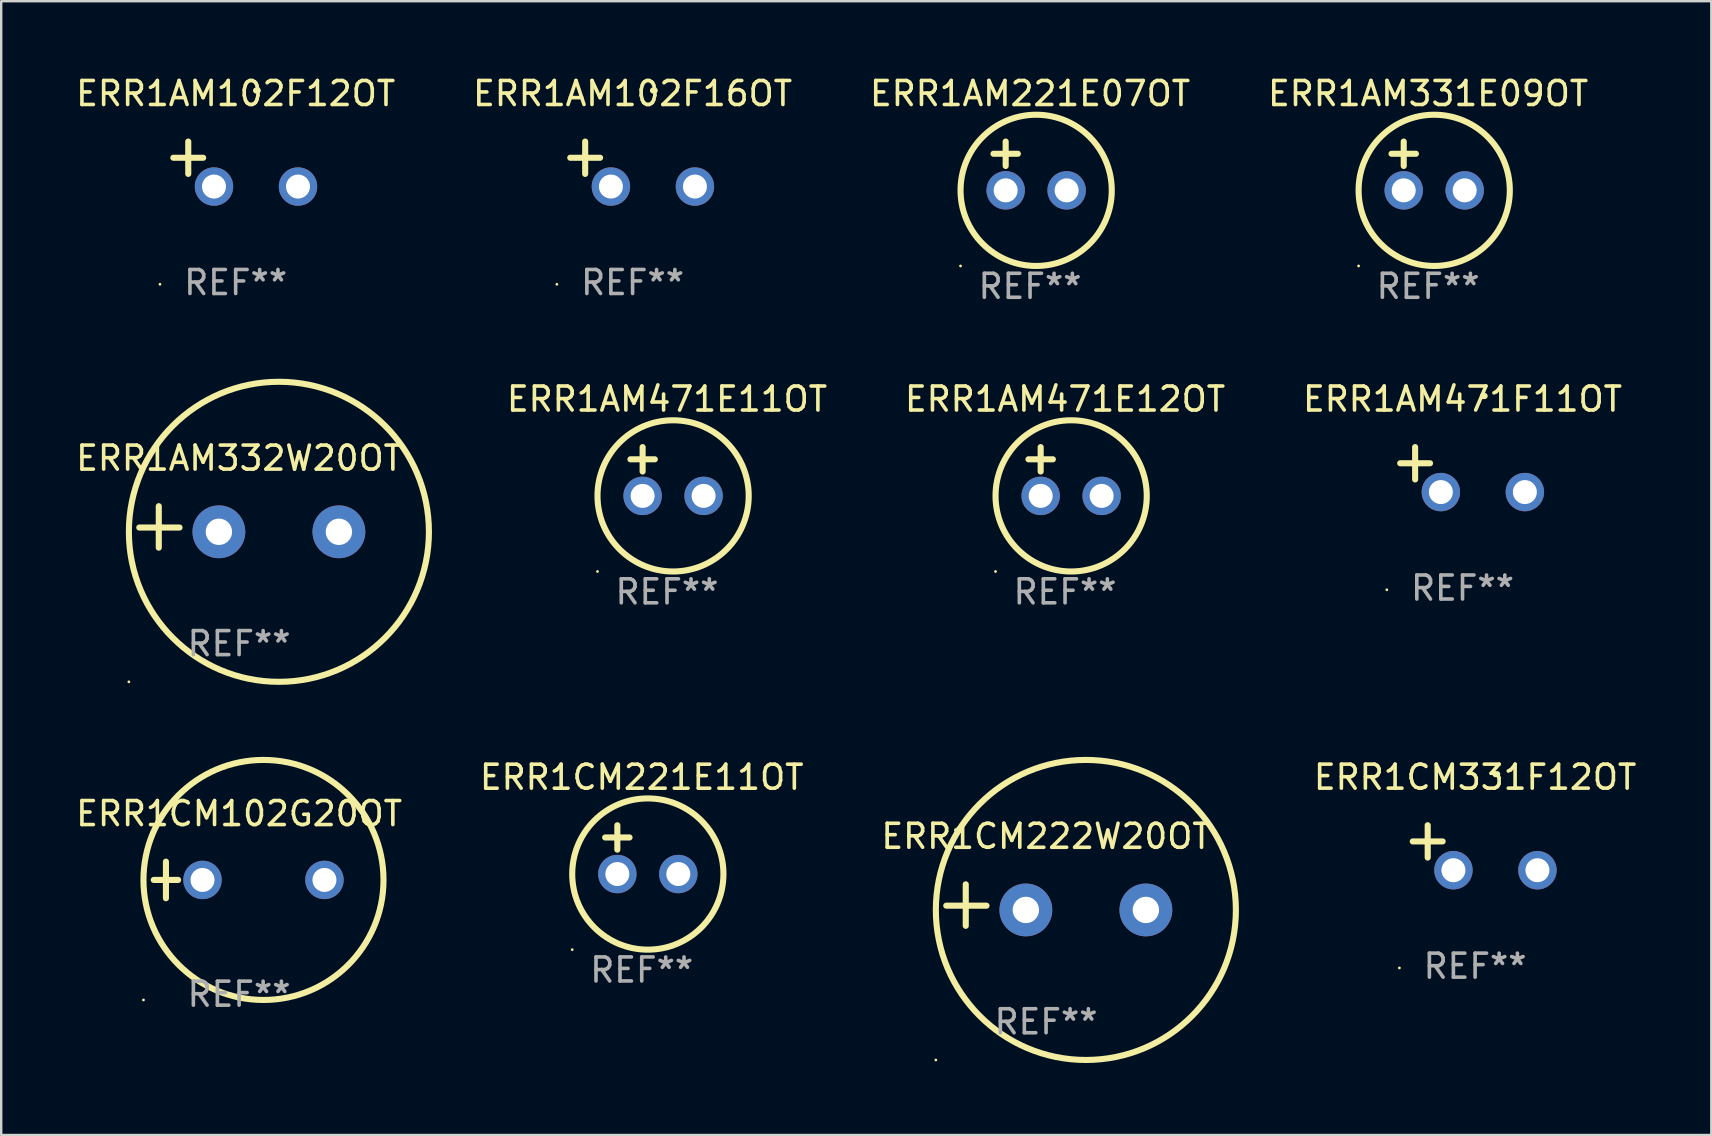
<source format=kicad_pcb>
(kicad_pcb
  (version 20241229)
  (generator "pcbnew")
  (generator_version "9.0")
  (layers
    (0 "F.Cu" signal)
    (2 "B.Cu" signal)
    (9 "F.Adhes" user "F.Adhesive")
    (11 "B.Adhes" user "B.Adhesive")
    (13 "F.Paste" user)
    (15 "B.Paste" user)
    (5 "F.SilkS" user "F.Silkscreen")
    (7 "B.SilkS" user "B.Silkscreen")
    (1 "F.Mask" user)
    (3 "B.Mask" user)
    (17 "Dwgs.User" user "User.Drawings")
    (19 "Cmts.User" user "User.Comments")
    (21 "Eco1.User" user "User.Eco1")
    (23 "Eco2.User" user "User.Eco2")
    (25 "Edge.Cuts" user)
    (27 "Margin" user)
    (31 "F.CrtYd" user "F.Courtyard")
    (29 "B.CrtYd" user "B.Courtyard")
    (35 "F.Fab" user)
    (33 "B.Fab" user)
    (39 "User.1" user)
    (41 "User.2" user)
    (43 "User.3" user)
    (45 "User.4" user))
  (footprint "ERR1CM221E11OT"
    (layer "F.Cu")
    (at 23.685 32.347)
    (property "Reference" "ERR1CM221E11OT" (at 0 -3.016 0) (layer "F.SilkS") (effects (font (size 1 1) (thickness 0.15))))
    (attr through_hole)
    (fp_line (start -1.524 -0.508) (end -0.508 -0.508) (stroke (width 0.254) (type solid)) (layer "F.SilkS"))
    (fp_line (start -1.016 -1.016) (end -1.016 0) (stroke (width 0.254) (type solid)) (layer "F.SilkS"))
    (fp_circle (center -2.896 4.166) (end -2.866 4.166) (stroke (width 0.06) (type solid)) (fill no) (layer "F.SilkS"))
    (fp_circle (center 0.254 1.016) (end 3.404 1.016) (stroke (width 0.254) (type solid)) (fill no) (layer "F.SilkS"))
    (fp_text user "REF**" (at 0 5.016 0) (layer "F.Fab") (effects (font (size 1 1) (thickness 0.15))))
    (pad "1" thru_hole circle (at -1.016 1.016) (size 1.6 1.6) (drill 1) (layers "*.Cu" "*.Mask"))
    (pad "2" thru_hole circle (at 1.524 1.016) (size 1.6 1.6) (drill 1) (layers "*.Cu" "*.Mask")))
  (footprint "ERR1CM102G20OT"
    (layer "F.Cu")
    (at 6.911 33.609)
    (property "Reference" "ERR1CM102G20OT" (at 0 -2.762 0) (layer "F.SilkS") (effects (font (size 1 1) (thickness 0.15))))
    (attr through_hole)
    (fp_line (start -3.556 0) (end -2.54 0) (stroke (width 0.254) (type solid)) (layer "F.SilkS"))
    (fp_line (start -3.048 -0.762) (end -3.048 0.762) (stroke (width 0.254) (type solid)) (layer "F.SilkS"))
    (fp_circle (center -3.984 5) (end -3.954 5) (stroke (width 0.06) (type solid)) (fill no) (layer "F.SilkS"))
    (fp_circle (center 1.016 0) (end 6.016 0) (stroke (width 0.254) (type solid)) (fill no) (layer "F.SilkS"))
    (fp_text user "REF**" (at 0 4.762 0) (layer "F.Fab") (effects (font (size 1 1) (thickness 0.15))))
    (pad "1" thru_hole circle (at -1.524 0) (size 1.6 1.6) (drill 1) (layers "*.Cu" "*.Mask"))
    (pad "2" thru_hole circle (at 3.556 0) (size 1.6 1.6) (drill 1) (layers "*.Cu" "*.Mask")))
  (footprint "ERR1AM471F11OT"
    (layer "F.Cu")
    (at 57.88 16.513)
    (property "Reference" "ERR1AM471F11OT" (at 0 -2.937 0) (layer "F.SilkS") (effects (font (size 1 1) (thickness 0.15))))
    (attr through_hole)
    (fp_line (start -1.975 0.41) (end -1.975 -0.937) (stroke (width 0.254) (type solid)) (layer "F.SilkS"))
    (fp_line (start -1.353 -0.263) (end -2.597 -0.263) (stroke (width 0.254) (type solid)) (layer "F.SilkS"))
    (fp_arc (start 0.849809 -3.063957) (mid 0.885369 -3.064114) (end 0.920929 -3.063957) (stroke (width 0.254001) (type solid)) (layer "F.SilkS"))
    (fp_circle (center -3.154 5.008) (end -3.124 5.008) (stroke (width 0.06) (type solid)) (fill no) (layer "F.SilkS"))
    (fp_text user "REF**" (at 0 4.937 0) (layer "F.Fab") (effects (font (size 1 1) (thickness 0.15))))
    (pad "1" thru_hole circle (at -0.903 0.937) (size 1.6 1.6) (drill 1) (layers "*.Cu" "*.Mask"))
    (pad "2" thru_hole circle (at 2.597 0.937) (size 1.6 1.6) (drill 1) (layers "*.Cu" "*.Mask")))
  (footprint "ERR1AM471E11OT"
    (layer "F.Cu")
    (at 24.738 16.593)
    (property "Reference" "ERR1AM471E11OT" (at 0 -3.016 0) (layer "F.SilkS") (effects (font (size 1 1) (thickness 0.15))))
    (attr through_hole)
    (fp_line (start -1.524 -0.508) (end -0.508 -0.508) (stroke (width 0.254) (type solid)) (layer "F.SilkS"))
    (fp_line (start -1.016 -1.016) (end -1.016 0) (stroke (width 0.254) (type solid)) (layer "F.SilkS"))
    (fp_circle (center -2.896 4.166) (end -2.866 4.166) (stroke (width 0.06) (type solid)) (fill no) (layer "F.SilkS"))
    (fp_circle (center 0.254 1.016) (end 3.404 1.016) (stroke (width 0.254) (type solid)) (fill no) (layer "F.SilkS"))
    (fp_text user "REF**" (at 0 5.016 0) (layer "F.Fab") (effects (font (size 1 1) (thickness 0.15))))
    (pad "1" thru_hole circle (at -1.016 1.016) (size 1.6 1.6) (drill 1) (layers "*.Cu" "*.Mask"))
    (pad "2" thru_hole circle (at 1.524 1.016) (size 1.6 1.6) (drill 1) (layers "*.Cu" "*.Mask")))
  (footprint "ERR1AM331E09OT"
    (layer "F.Cu")
    (at 56.446 3.864)
    (property "Reference" "ERR1AM331E09OT" (at 0 -3.016 0) (layer "F.SilkS") (effects (font (size 1 1) (thickness 0.15))))
    (attr through_hole)
    (fp_line (start -1.524 -0.508) (end -0.508 -0.508) (stroke (width 0.254) (type solid)) (layer "F.SilkS"))
    (fp_line (start -1.016 -1.016) (end -1.016 0) (stroke (width 0.254) (type solid)) (layer "F.SilkS"))
    (fp_circle (center -2.896 4.166) (end -2.866 4.166) (stroke (width 0.06) (type solid)) (fill no) (layer "F.SilkS"))
    (fp_circle (center 0.254 1.016) (end 3.404 1.016) (stroke (width 0.254) (type solid)) (fill no) (layer "F.SilkS"))
    (fp_text user "REF**" (at 0 5.016 0) (layer "F.Fab") (effects (font (size 1 1) (thickness 0.15))))
    (pad "1" thru_hole circle (at -1.016 1.016) (size 1.6 1.6) (drill 1) (layers "*.Cu" "*.Mask"))
    (pad "2" thru_hole circle (at 1.524 1.016) (size 1.6 1.6) (drill 1) (layers "*.Cu" "*.Mask")))
  (footprint "ERR1CM222W20OT"
    (layer "F.Cu")
    (at 40.53 34.656)
    (property "Reference" "ERR1CM222W20OT" (at 0 -2.864 0) (layer "F.SilkS") (effects (font (size 1 1) (thickness 0.15))))
    (attr through_hole)
    (fp_line (start -3.346 0.864) (end -3.346 -0.864) (stroke (width 0.254) (type solid)) (layer "F.SilkS"))
    (fp_line (start -2.482 0.025) (end -4.158 0.025) (stroke (width 0.254) (type solid)) (layer "F.SilkS"))
    (fp_circle (center -4.592 6.453) (end -4.562 6.453) (stroke (width 0.06) (type solid)) (fill no) (layer "F.SilkS"))
    (fp_circle (center 1.658 0.203) (end 7.908 0.203) (stroke (width 0.254) (type solid)) (fill no) (layer "F.SilkS"))
    (fp_text user "REF**" (at 0 4.864 0) (layer "F.Fab") (effects (font (size 1 1) (thickness 0.15))))
    (pad "1" thru_hole circle (at -0.842 0.203) (size 2.2 2.2) (drill 1.1) (layers "*.Cu" "*.Mask"))
    (pad "2" thru_hole circle (at 4.158 0.203) (size 2.2 2.2) (drill 1.1) (layers "*.Cu" "*.Mask")))
  (footprint "ERR1AM471E12OT"
    (layer "F.Cu")
    (at 41.321 16.593)
    (property "Reference" "ERR1AM471E12OT" (at 0 -3.016 0) (layer "F.SilkS") (effects (font (size 1 1) (thickness 0.15))))
    (attr through_hole)
    (fp_line (start -1.524 -0.508) (end -0.508 -0.508) (stroke (width 0.254) (type solid)) (layer "F.SilkS"))
    (fp_line (start -1.016 -1.016) (end -1.016 0) (stroke (width 0.254) (type solid)) (layer "F.SilkS"))
    (fp_circle (center -2.896 4.166) (end -2.866 4.166) (stroke (width 0.06) (type solid)) (fill no) (layer "F.SilkS"))
    (fp_circle (center 0.254 1.016) (end 3.404 1.016) (stroke (width 0.254) (type solid)) (fill no) (layer "F.SilkS"))
    (fp_text user "REF**" (at 0 5.016 0) (layer "F.Fab") (effects (font (size 1 1) (thickness 0.15))))
    (pad "1" thru_hole circle (at -1.016 1.016) (size 1.6 1.6) (drill 1) (layers "*.Cu" "*.Mask"))
    (pad "2" thru_hole circle (at 1.524 1.016) (size 1.6 1.6) (drill 1) (layers "*.Cu" "*.Mask")))
  (footprint "ERR1AM221E07OT"
    (layer "F.Cu")
    (at 39.863 3.864)
    (property "Reference" "ERR1AM221E07OT" (at 0 -3.016 0) (layer "F.SilkS") (effects (font (size 1 1) (thickness 0.15))))
    (attr through_hole)
    (fp_line (start -1.524 -0.508) (end -0.508 -0.508) (stroke (width 0.254) (type solid)) (layer "F.SilkS"))
    (fp_line (start -1.016 -1.016) (end -1.016 0) (stroke (width 0.254) (type solid)) (layer "F.SilkS"))
    (fp_circle (center -2.896 4.166) (end -2.866 4.166) (stroke (width 0.06) (type solid)) (fill no) (layer "F.SilkS"))
    (fp_circle (center 0.254 1.016) (end 3.404 1.016) (stroke (width 0.254) (type solid)) (fill no) (layer "F.SilkS"))
    (fp_text user "REF**" (at 0 5.016 0) (layer "F.Fab") (effects (font (size 1 1) (thickness 0.15))))
    (pad "1" thru_hole circle (at -1.016 1.016) (size 1.6 1.6) (drill 1) (layers "*.Cu" "*.Mask"))
    (pad "2" thru_hole circle (at 1.524 1.016) (size 1.6 1.6) (drill 1) (layers "*.Cu" "*.Mask")))
  (footprint "ERR1AM332W20OT"
    (layer "F.Cu")
    (at 6.911 18.902)
    (property "Reference" "ERR1AM332W20OT" (at 0 -2.864 0) (layer "F.SilkS") (effects (font (size 1 1) (thickness 0.15))))
    (attr through_hole)
    (fp_line (start -3.346 0.864) (end -3.346 -0.864) (stroke (width 0.254) (type solid)) (layer "F.SilkS"))
    (fp_line (start -2.482 0.025) (end -4.158 0.025) (stroke (width 0.254) (type solid)) (layer "F.SilkS"))
    (fp_circle (center -4.592 6.453) (end -4.562 6.453) (stroke (width 0.06) (type solid)) (fill no) (layer "F.SilkS"))
    (fp_circle (center 1.658 0.203) (end 7.908 0.203) (stroke (width 0.254) (type solid)) (fill no) (layer "F.SilkS"))
    (fp_text user "REF**" (at 0 4.864 0) (layer "F.Fab") (effects (font (size 1 1) (thickness 0.15))))
    (pad "1" thru_hole circle (at -0.842 0.203) (size 2.2 2.2) (drill 1.1) (layers "*.Cu" "*.Mask"))
    (pad "2" thru_hole circle (at 4.158 0.203) (size 2.2 2.2) (drill 1.1) (layers "*.Cu" "*.Mask")))
  (footprint "ERR1AM102F16OT"
    (layer "F.Cu")
    (at 23.304 3.785)
    (property "Reference" "ERR1AM102F16OT" (at 0 -2.937 0) (layer "F.SilkS") (effects (font (size 1 1) (thickness 0.15))))
    (attr through_hole)
    (fp_line (start -1.975 0.41) (end -1.975 -0.937) (stroke (width 0.254) (type solid)) (layer "F.SilkS"))
    (fp_line (start -1.353 -0.263) (end -2.597 -0.263) (stroke (width 0.254) (type solid)) (layer "F.SilkS"))
    (fp_arc (start 0.849809 -3.063957) (mid 0.885369 -3.064114) (end 0.920929 -3.063957) (stroke (width 0.254001) (type solid)) (layer "F.SilkS"))
    (fp_circle (center -3.154 5.008) (end -3.124 5.008) (stroke (width 0.06) (type solid)) (fill no) (layer "F.SilkS"))
    (fp_text user "REF**" (at 0 4.937 0) (layer "F.Fab") (effects (font (size 1 1) (thickness 0.15))))
    (pad "1" thru_hole circle (at -0.903 0.937) (size 1.6 1.6) (drill 1) (layers "*.Cu" "*.Mask"))
    (pad "2" thru_hole circle (at 2.597 0.937) (size 1.6 1.6) (drill 1) (layers "*.Cu" "*.Mask")))
  (footprint "ERR1CM331F12OT"
    (layer "F.Cu")
    (at 58.404 32.267)
    (property "Reference" "ERR1CM331F12OT" (at 0 -2.937 0) (layer "F.SilkS") (effects (font (size 1 1) (thickness 0.15))))
    (attr through_hole)
    (fp_line (start -1.975 0.41) (end -1.975 -0.937) (stroke (width 0.254) (type solid)) (layer "F.SilkS"))
    (fp_line (start -1.353 -0.263) (end -2.597 -0.263) (stroke (width 0.254) (type solid)) (layer "F.SilkS"))
    (fp_arc (start 0.849809 -3.063957) (mid 0.885369 -3.064114) (end 0.920929 -3.063957) (stroke (width 0.254001) (type solid)) (layer "F.SilkS"))
    (fp_circle (center -3.154 5.008) (end -3.124 5.008) (stroke (width 0.06) (type solid)) (fill no) (layer "F.SilkS"))
    (fp_text user "REF**" (at 0 4.937 0) (layer "F.Fab") (effects (font (size 1 1) (thickness 0.15))))
    (pad "1" thru_hole circle (at -0.903 0.937) (size 1.6 1.6) (drill 1) (layers "*.Cu" "*.Mask"))
    (pad "2" thru_hole circle (at 2.597 0.937) (size 1.6 1.6) (drill 1) (layers "*.Cu" "*.Mask")))
  (footprint "ERR1AM102F12OT"
    (layer "F.Cu")
    (at 6.768 3.785)
    (property "Reference" "ERR1AM102F12OT" (at 0 -2.937 0) (layer "F.SilkS") (effects (font (size 1 1) (thickness 0.15))))
    (attr through_hole)
    (fp_line (start -1.975 0.41) (end -1.975 -0.937) (stroke (width 0.254) (type solid)) (layer "F.SilkS"))
    (fp_line (start -1.353 -0.263) (end -2.597 -0.263) (stroke (width 0.254) (type solid)) (layer "F.SilkS"))
    (fp_arc (start 0.849809 -3.063957) (mid 0.885369 -3.064114) (end 0.920929 -3.063957) (stroke (width 0.254001) (type solid)) (layer "F.SilkS"))
    (fp_circle (center -3.154 5.008) (end -3.124 5.008) (stroke (width 0.06) (type solid)) (fill no) (layer "F.SilkS"))
    (fp_text user "REF**" (at 0 4.937 0) (layer "F.Fab") (effects (font (size 1 1) (thickness 0.15))))
    (pad "1" thru_hole circle (at -0.903 0.937) (size 1.6 1.6) (drill 1) (layers "*.Cu" "*.Mask"))
    (pad "2" thru_hole circle (at 2.597 0.937) (size 1.6 1.6) (drill 1) (layers "*.Cu" "*.Mask")))
  (gr_rect
    (start -3 -3)
    (end 68.244 44.236)
    (stroke (width 0.1) (type default))
    (fill no)
    (layer "Edge.Cuts")))
</source>
